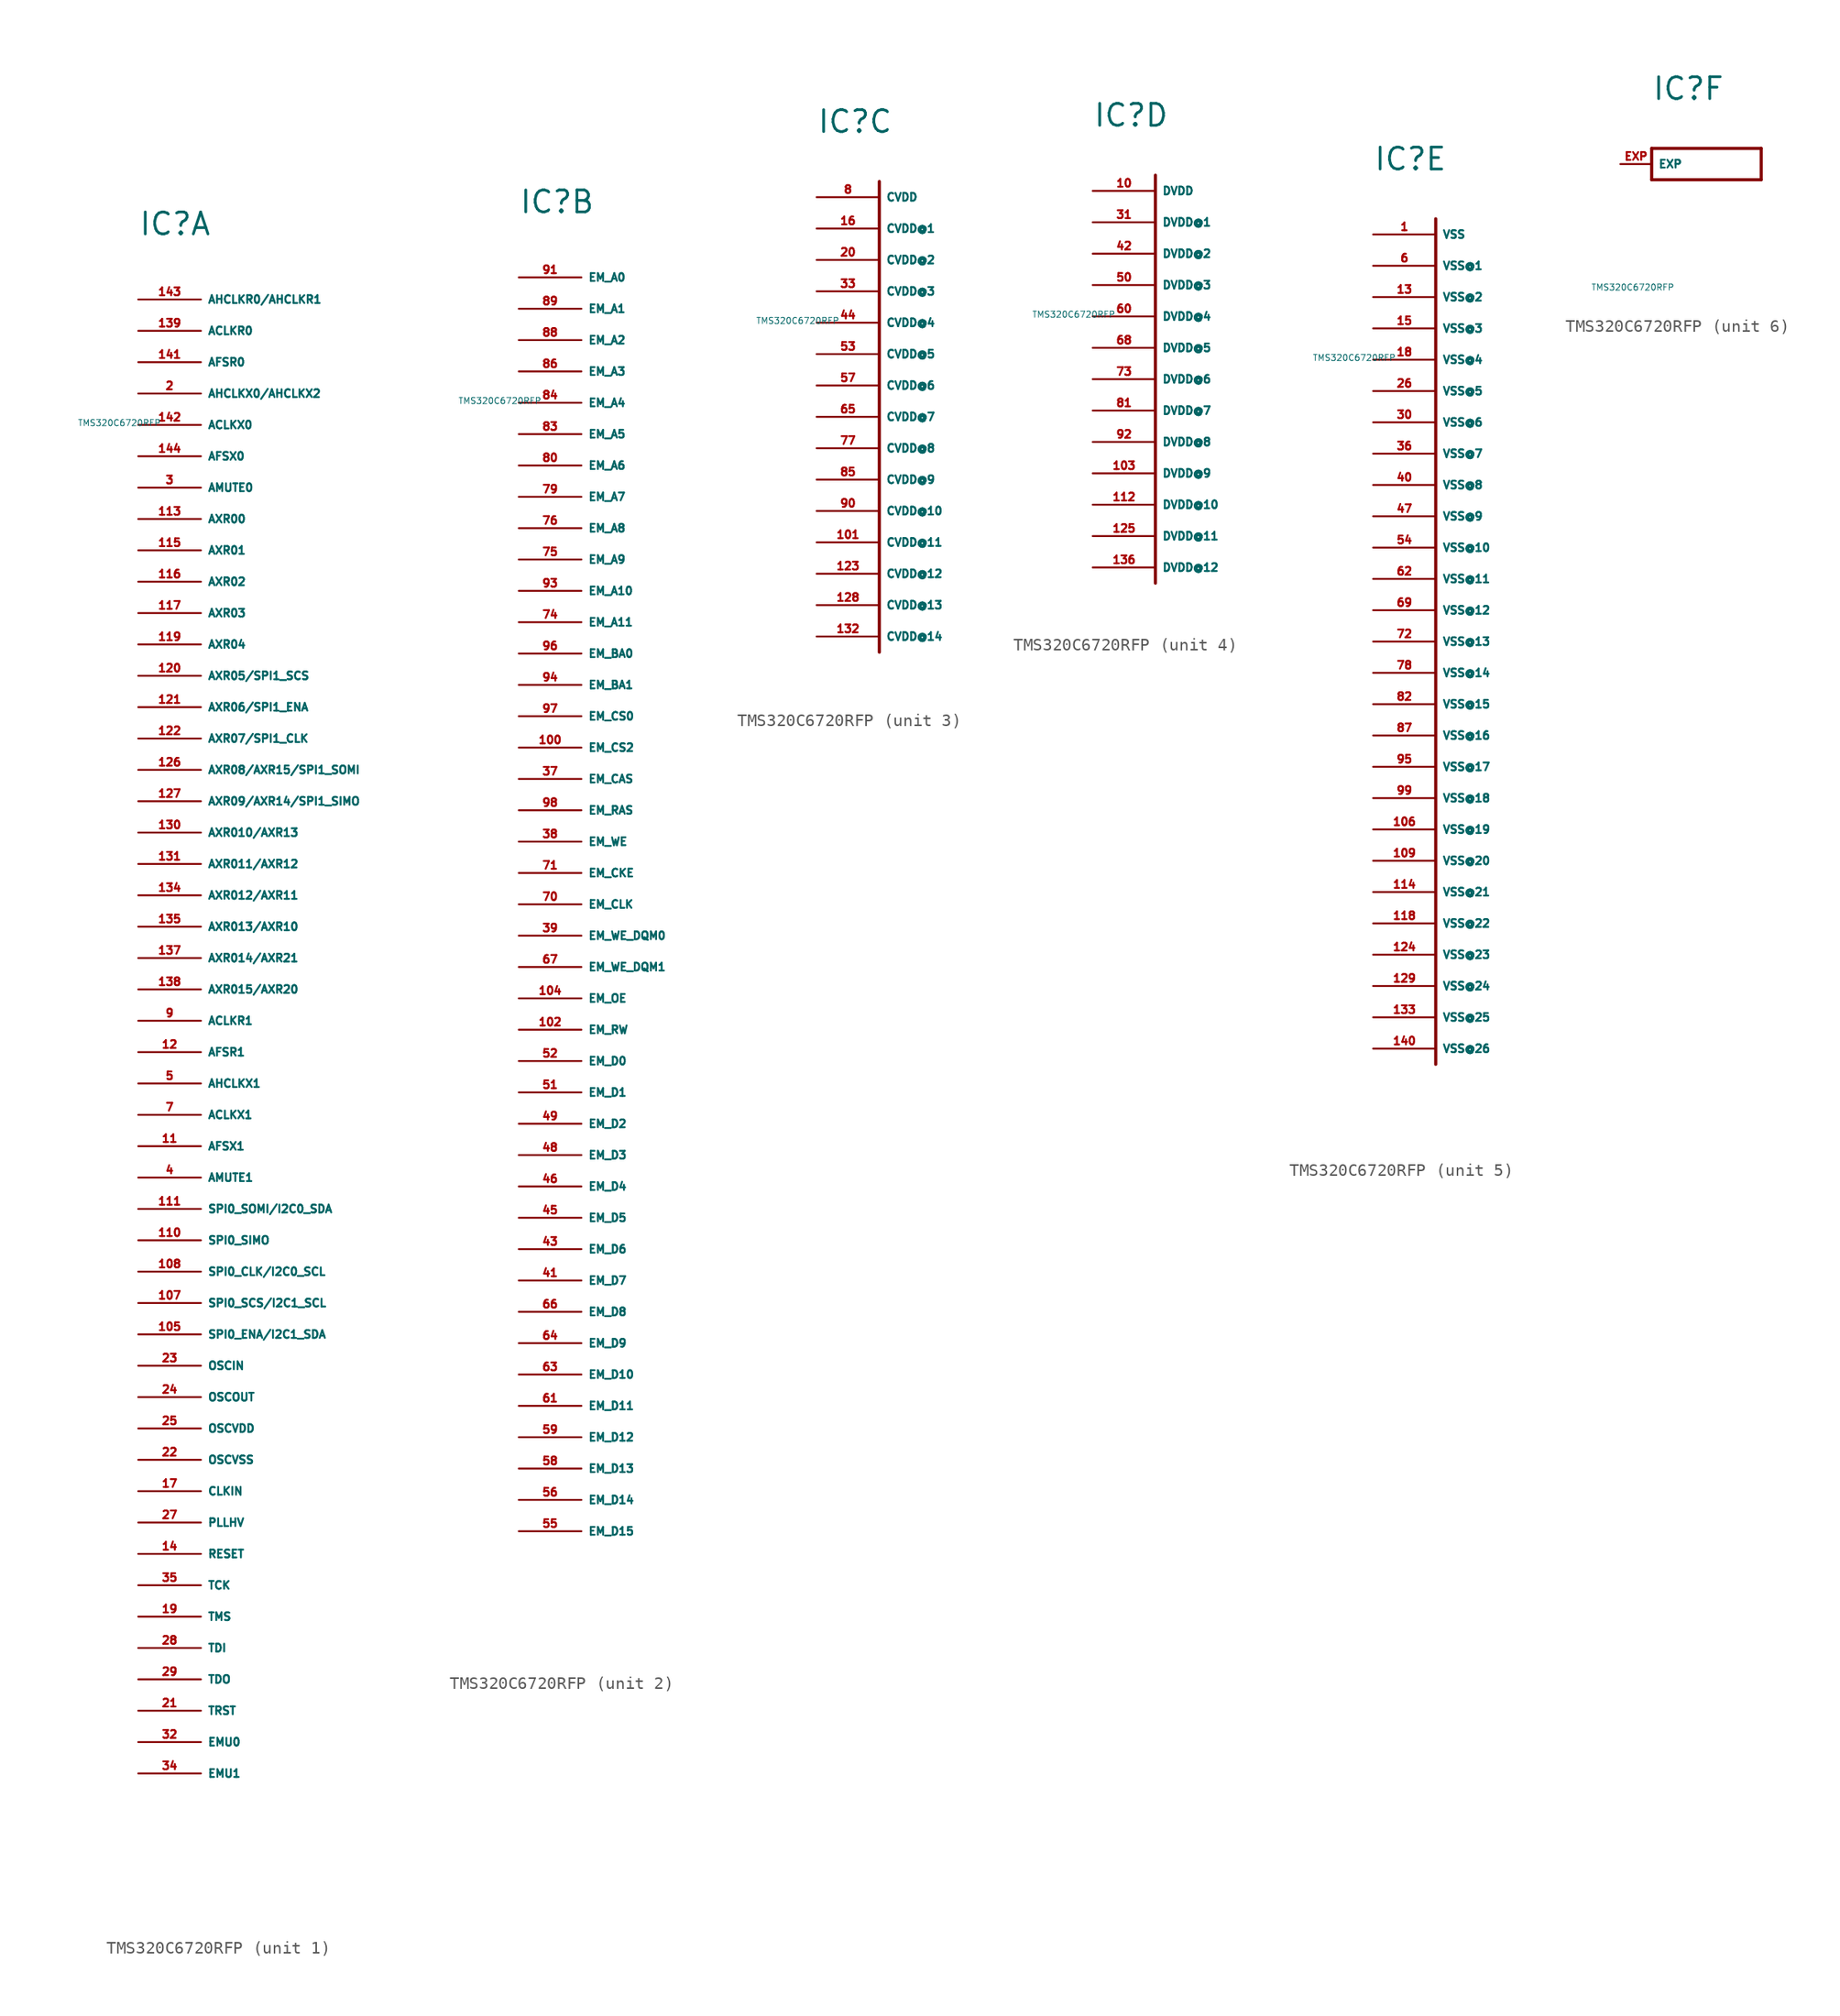
<source format=kicad_sym>
(kicad_symbol_lib
  (version 20220914)
  (generator Eagle2Kicad)
  (symbol "TMS320C6720RFP"
    (property "Reference" "IC"
      (at -5.08 5.08 0)
      (effects (font (size 1.778 1.778) (thickness 0.22)) (justify left bottom)))
    (property "Value" "TMS320C6720RFP"
      (at -10 -10 0)
      (effects (font (size 0.5 0.5) (thickness 0.06)) (justify left)))
    (symbol "TMS320C6720RFP_1_0"
      (pin bidirectional line (at -5.08 0 0) (length 5.08) (name "AHCLKR0/AHCLKR1" (effects (font (size 0.635 0.635) (thickness 0.08)) (justify left bottom))) (number "143" (effects (font (size 0.635 0.635) (thickness 0.08)) (justify left bottom))))
      (pin bidirectional line (at -5.08 -2.54 0) (length 5.08) (name "ACLKR0" (effects (font (size 0.635 0.635) (thickness 0.08)) (justify left bottom))) (number "139" (effects (font (size 0.635 0.635) (thickness 0.08)) (justify left bottom))))
      (pin bidirectional line (at -5.08 -5.08 0) (length 5.08) (name "AFSR0" (effects (font (size 0.635 0.635) (thickness 0.08)) (justify left bottom))) (number "141" (effects (font (size 0.635 0.635) (thickness 0.08)) (justify left bottom))))
      (pin bidirectional line (at -5.08 -7.62 0) (length 5.08) (name "AHCLKX0/AHCLKX2" (effects (font (size 0.635 0.635) (thickness 0.08)) (justify left bottom))) (number "2" (effects (font (size 0.635 0.635) (thickness 0.08)) (justify left bottom))))
      (pin bidirectional line (at -5.08 -10.16 0) (length 5.08) (name "ACLKX0" (effects (font (size 0.635 0.635) (thickness 0.08)) (justify left bottom))) (number "142" (effects (font (size 0.635 0.635) (thickness 0.08)) (justify left bottom))))
      (pin bidirectional line (at -5.08 -12.7 0) (length 5.08) (name "AFSX0" (effects (font (size 0.635 0.635) (thickness 0.08)) (justify left bottom))) (number "144" (effects (font (size 0.635 0.635) (thickness 0.08)) (justify left bottom))))
      (pin output line (at -5.08 -15.24 0) (length 5.08) (name "AMUTE0" (effects (font (size 0.635 0.635) (thickness 0.08)) (justify left bottom))) (number "3" (effects (font (size 0.635 0.635) (thickness 0.08)) (justify left bottom))))
      (pin bidirectional line (at -5.08 -17.78 0) (length 5.08) (name "AXR00" (effects (font (size 0.635 0.635) (thickness 0.08)) (justify left bottom))) (number "113" (effects (font (size 0.635 0.635) (thickness 0.08)) (justify left bottom))))
      (pin bidirectional line (at -5.08 -20.32 0) (length 5.08) (name "AXR01" (effects (font (size 0.635 0.635) (thickness 0.08)) (justify left bottom))) (number "115" (effects (font (size 0.635 0.635) (thickness 0.08)) (justify left bottom))))
      (pin bidirectional line (at -5.08 -22.86 0) (length 5.08) (name "AXR02" (effects (font (size 0.635 0.635) (thickness 0.08)) (justify left bottom))) (number "116" (effects (font (size 0.635 0.635) (thickness 0.08)) (justify left bottom))))
      (pin bidirectional line (at -5.08 -25.4 0) (length 5.08) (name "AXR03" (effects (font (size 0.635 0.635) (thickness 0.08)) (justify left bottom))) (number "117" (effects (font (size 0.635 0.635) (thickness 0.08)) (justify left bottom))))
      (pin bidirectional line (at -5.08 -27.94 0) (length 5.08) (name "AXR04" (effects (font (size 0.635 0.635) (thickness 0.08)) (justify left bottom))) (number "119" (effects (font (size 0.635 0.635) (thickness 0.08)) (justify left bottom))))
      (pin bidirectional line (at -5.08 -30.48 0) (length 5.08) (name "AXR05/SPI1_SCS" (effects (font (size 0.635 0.635) (thickness 0.08)) (justify left bottom))) (number "120" (effects (font (size 0.635 0.635) (thickness 0.08)) (justify left bottom))))
      (pin bidirectional line (at -5.08 -33.02 0) (length 5.08) (name "AXR06/SPI1_ENA" (effects (font (size 0.635 0.635) (thickness 0.08)) (justify left bottom))) (number "121" (effects (font (size 0.635 0.635) (thickness 0.08)) (justify left bottom))))
      (pin bidirectional line (at -5.08 -35.56 0) (length 5.08) (name "AXR07/SPI1_CLK" (effects (font (size 0.635 0.635) (thickness 0.08)) (justify left bottom))) (number "122" (effects (font (size 0.635 0.635) (thickness 0.08)) (justify left bottom))))
      (pin bidirectional line (at -5.08 -38.1 0) (length 5.08) (name "AXR08/AXR15/SPI1_SOMI" (effects (font (size 0.635 0.635) (thickness 0.08)) (justify left bottom))) (number "126" (effects (font (size 0.635 0.635) (thickness 0.08)) (justify left bottom))))
      (pin bidirectional line (at -5.08 -40.64 0) (length 5.08) (name "AXR09/AXR14/SPI1_SIMO" (effects (font (size 0.635 0.635) (thickness 0.08)) (justify left bottom))) (number "127" (effects (font (size 0.635 0.635) (thickness 0.08)) (justify left bottom))))
      (pin bidirectional line (at -5.08 -43.18 0) (length 5.08) (name "AXR010/AXR13" (effects (font (size 0.635 0.635) (thickness 0.08)) (justify left bottom))) (number "130" (effects (font (size 0.635 0.635) (thickness 0.08)) (justify left bottom))))
      (pin bidirectional line (at -5.08 -45.72 0) (length 5.08) (name "AXR011/AXR12" (effects (font (size 0.635 0.635) (thickness 0.08)) (justify left bottom))) (number "131" (effects (font (size 0.635 0.635) (thickness 0.08)) (justify left bottom))))
      (pin bidirectional line (at -5.08 -48.26 0) (length 5.08) (name "AXR012/AXR11" (effects (font (size 0.635 0.635) (thickness 0.08)) (justify left bottom))) (number "134" (effects (font (size 0.635 0.635) (thickness 0.08)) (justify left bottom))))
      (pin bidirectional line (at -5.08 -50.8 0) (length 5.08) (name "AXR013/AXR10" (effects (font (size 0.635 0.635) (thickness 0.08)) (justify left bottom))) (number "135" (effects (font (size 0.635 0.635) (thickness 0.08)) (justify left bottom))))
      (pin bidirectional line (at -5.08 -53.34 0) (length 5.08) (name "AXR014/AXR21" (effects (font (size 0.635 0.635) (thickness 0.08)) (justify left bottom))) (number "137" (effects (font (size 0.635 0.635) (thickness 0.08)) (justify left bottom))))
      (pin bidirectional line (at -5.08 -55.88 0) (length 5.08) (name "AXR015/AXR20" (effects (font (size 0.635 0.635) (thickness 0.08)) (justify left bottom))) (number "138" (effects (font (size 0.635 0.635) (thickness 0.08)) (justify left bottom))))
      (pin bidirectional line (at -5.08 -58.42 0) (length 5.08) (name "ACLKR1" (effects (font (size 0.635 0.635) (thickness 0.08)) (justify left bottom))) (number "9" (effects (font (size 0.635 0.635) (thickness 0.08)) (justify left bottom))))
      (pin bidirectional line (at -5.08 -60.96 0) (length 5.08) (name "AFSR1" (effects (font (size 0.635 0.635) (thickness 0.08)) (justify left bottom))) (number "12" (effects (font (size 0.635 0.635) (thickness 0.08)) (justify left bottom))))
      (pin bidirectional line (at -5.08 -63.5 0) (length 5.08) (name "AHCLKX1" (effects (font (size 0.635 0.635) (thickness 0.08)) (justify left bottom))) (number "5" (effects (font (size 0.635 0.635) (thickness 0.08)) (justify left bottom))))
      (pin bidirectional line (at -5.08 -66.04 0) (length 5.08) (name "ACLKX1" (effects (font (size 0.635 0.635) (thickness 0.08)) (justify left bottom))) (number "7" (effects (font (size 0.635 0.635) (thickness 0.08)) (justify left bottom))))
      (pin bidirectional line (at -5.08 -68.58 0) (length 5.08) (name "AFSX1" (effects (font (size 0.635 0.635) (thickness 0.08)) (justify left bottom))) (number "11" (effects (font (size 0.635 0.635) (thickness 0.08)) (justify left bottom))))
      (pin output line (at -5.08 -71.12 0) (length 5.08) (name "AMUTE1" (effects (font (size 0.635 0.635) (thickness 0.08)) (justify left bottom))) (number "4" (effects (font (size 0.635 0.635) (thickness 0.08)) (justify left bottom))))
      (pin bidirectional line (at -5.08 -73.66 0) (length 5.08) (name "SPI0_SOMI/I2C0_SDA" (effects (font (size 0.635 0.635) (thickness 0.08)) (justify left bottom))) (number "111" (effects (font (size 0.635 0.635) (thickness 0.08)) (justify left bottom))))
      (pin bidirectional line (at -5.08 -76.2 0) (length 5.08) (name "SPI0_SIMO" (effects (font (size 0.635 0.635) (thickness 0.08)) (justify left bottom))) (number "110" (effects (font (size 0.635 0.635) (thickness 0.08)) (justify left bottom))))
      (pin bidirectional line (at -5.08 -78.74 0) (length 5.08) (name "SPI0_CLK/I2C0_SCL" (effects (font (size 0.635 0.635) (thickness 0.08)) (justify left bottom))) (number "108" (effects (font (size 0.635 0.635) (thickness 0.08)) (justify left bottom))))
      (pin bidirectional line (at -5.08 -81.28 0) (length 5.08) (name "SPI0_SCS/I2C1_SCL" (effects (font (size 0.635 0.635) (thickness 0.08)) (justify left bottom))) (number "107" (effects (font (size 0.635 0.635) (thickness 0.08)) (justify left bottom))))
      (pin bidirectional line (at -5.08 -83.82 0) (length 5.08) (name "SPI0_ENA/I2C1_SDA" (effects (font (size 0.635 0.635) (thickness 0.08)) (justify left bottom))) (number "105" (effects (font (size 0.635 0.635) (thickness 0.08)) (justify left bottom))))
      (pin input line (at -5.08 -86.36 0) (length 5.08) (name "OSCIN" (effects (font (size 0.635 0.635) (thickness 0.08)) (justify left bottom))) (number "23" (effects (font (size 0.635 0.635) (thickness 0.08)) (justify left bottom))))
      (pin output line (at -5.08 -88.9 0) (length 5.08) (name "OSCOUT" (effects (font (size 0.635 0.635) (thickness 0.08)) (justify left bottom))) (number "24" (effects (font (size 0.635 0.635) (thickness 0.08)) (justify left bottom))))
      (pin unspecified line (at -5.08 -91.44 0) (length 5.08) (name "OSCVDD" (effects (font (size 0.635 0.635) (thickness 0.08)) (justify left bottom))) (number "25" (effects (font (size 0.635 0.635) (thickness 0.08)) (justify left bottom))))
      (pin unspecified line (at -5.08 -93.98 0) (length 5.08) (name "OSCVSS" (effects (font (size 0.635 0.635) (thickness 0.08)) (justify left bottom))) (number "22" (effects (font (size 0.635 0.635) (thickness 0.08)) (justify left bottom))))
      (pin input line (at -5.08 -96.52 0) (length 5.08) (name "CLKIN" (effects (font (size 0.635 0.635) (thickness 0.08)) (justify left bottom))) (number "17" (effects (font (size 0.635 0.635) (thickness 0.08)) (justify left bottom))))
      (pin unspecified line (at -5.08 -99.06 0) (length 5.08) (name "PLLHV" (effects (font (size 0.635 0.635) (thickness 0.08)) (justify left bottom))) (number "27" (effects (font (size 0.635 0.635) (thickness 0.08)) (justify left bottom))))
      (pin input line (at -5.08 -101.6 0) (length 5.08) (name "RESET" (effects (font (size 0.635 0.635) (thickness 0.08)) (justify left bottom))) (number "14" (effects (font (size 0.635 0.635) (thickness 0.08)) (justify left bottom))))
      (pin input line (at -5.08 -104.14 0) (length 5.08) (name "TCK" (effects (font (size 0.635 0.635) (thickness 0.08)) (justify left bottom))) (number "35" (effects (font (size 0.635 0.635) (thickness 0.08)) (justify left bottom))))
      (pin input line (at -5.08 -106.68 0) (length 5.08) (name "TMS" (effects (font (size 0.635 0.635) (thickness 0.08)) (justify left bottom))) (number "19" (effects (font (size 0.635 0.635) (thickness 0.08)) (justify left bottom))))
      (pin input line (at -5.08 -109.22 0) (length 5.08) (name "TDI" (effects (font (size 0.635 0.635) (thickness 0.08)) (justify left bottom))) (number "28" (effects (font (size 0.635 0.635) (thickness 0.08)) (justify left bottom))))
      (pin tri_state line (at -5.08 -111.76 0) (length 5.08) (name "TDO" (effects (font (size 0.635 0.635) (thickness 0.08)) (justify left bottom))) (number "29" (effects (font (size 0.635 0.635) (thickness 0.08)) (justify left bottom))))
      (pin input line (at -5.08 -114.3 0) (length 5.08) (name "TRST" (effects (font (size 0.635 0.635) (thickness 0.08)) (justify left bottom))) (number "21" (effects (font (size 0.635 0.635) (thickness 0.08)) (justify left bottom))))
      (pin bidirectional line (at -5.08 -116.84 0) (length 5.08) (name "EMU0" (effects (font (size 0.635 0.635) (thickness 0.08)) (justify left bottom))) (number "32" (effects (font (size 0.635 0.635) (thickness 0.08)) (justify left bottom))))
      (pin bidirectional line (at -5.08 -119.38 0) (length 5.08) (name "EMU1" (effects (font (size 0.635 0.635) (thickness 0.08)) (justify left bottom))) (number "34" (effects (font (size 0.635 0.635) (thickness 0.08)) (justify left bottom)))))
    (symbol "TMS320C6720RFP_2_0"
      (pin output line (at -5.08 0 0) (length 5.08) (name "EM_A0" (effects (font (size 0.635 0.635) (thickness 0.08)) (justify left bottom))) (number "91" (effects (font (size 0.635 0.635) (thickness 0.08)) (justify left bottom))))
      (pin output line (at -5.08 -2.54 0) (length 5.08) (name "EM_A1" (effects (font (size 0.635 0.635) (thickness 0.08)) (justify left bottom))) (number "89" (effects (font (size 0.635 0.635) (thickness 0.08)) (justify left bottom))))
      (pin output line (at -5.08 -5.08 0) (length 5.08) (name "EM_A2" (effects (font (size 0.635 0.635) (thickness 0.08)) (justify left bottom))) (number "88" (effects (font (size 0.635 0.635) (thickness 0.08)) (justify left bottom))))
      (pin output line (at -5.08 -7.62 0) (length 5.08) (name "EM_A3" (effects (font (size 0.635 0.635) (thickness 0.08)) (justify left bottom))) (number "86" (effects (font (size 0.635 0.635) (thickness 0.08)) (justify left bottom))))
      (pin output line (at -5.08 -10.16 0) (length 5.08) (name "EM_A4" (effects (font (size 0.635 0.635) (thickness 0.08)) (justify left bottom))) (number "84" (effects (font (size 0.635 0.635) (thickness 0.08)) (justify left bottom))))
      (pin output line (at -5.08 -12.7 0) (length 5.08) (name "EM_A5" (effects (font (size 0.635 0.635) (thickness 0.08)) (justify left bottom))) (number "83" (effects (font (size 0.635 0.635) (thickness 0.08)) (justify left bottom))))
      (pin output line (at -5.08 -15.24 0) (length 5.08) (name "EM_A6" (effects (font (size 0.635 0.635) (thickness 0.08)) (justify left bottom))) (number "80" (effects (font (size 0.635 0.635) (thickness 0.08)) (justify left bottom))))
      (pin output line (at -5.08 -17.78 0) (length 5.08) (name "EM_A7" (effects (font (size 0.635 0.635) (thickness 0.08)) (justify left bottom))) (number "79" (effects (font (size 0.635 0.635) (thickness 0.08)) (justify left bottom))))
      (pin output line (at -5.08 -20.32 0) (length 5.08) (name "EM_A8" (effects (font (size 0.635 0.635) (thickness 0.08)) (justify left bottom))) (number "76" (effects (font (size 0.635 0.635) (thickness 0.08)) (justify left bottom))))
      (pin output line (at -5.08 -22.86 0) (length 5.08) (name "EM_A9" (effects (font (size 0.635 0.635) (thickness 0.08)) (justify left bottom))) (number "75" (effects (font (size 0.635 0.635) (thickness 0.08)) (justify left bottom))))
      (pin output line (at -5.08 -25.4 0) (length 5.08) (name "EM_A10" (effects (font (size 0.635 0.635) (thickness 0.08)) (justify left bottom))) (number "93" (effects (font (size 0.635 0.635) (thickness 0.08)) (justify left bottom))))
      (pin output line (at -5.08 -27.94 0) (length 5.08) (name "EM_A11" (effects (font (size 0.635 0.635) (thickness 0.08)) (justify left bottom))) (number "74" (effects (font (size 0.635 0.635) (thickness 0.08)) (justify left bottom))))
      (pin output line (at -5.08 -30.48 0) (length 5.08) (name "EM_BA0" (effects (font (size 0.635 0.635) (thickness 0.08)) (justify left bottom))) (number "96" (effects (font (size 0.635 0.635) (thickness 0.08)) (justify left bottom))))
      (pin output line (at -5.08 -33.02 0) (length 5.08) (name "EM_BA1" (effects (font (size 0.635 0.635) (thickness 0.08)) (justify left bottom))) (number "94" (effects (font (size 0.635 0.635) (thickness 0.08)) (justify left bottom))))
      (pin output line (at -5.08 -35.56 0) (length 5.08) (name "EM_CS0" (effects (font (size 0.635 0.635) (thickness 0.08)) (justify left bottom))) (number "97" (effects (font (size 0.635 0.635) (thickness 0.08)) (justify left bottom))))
      (pin output line (at -5.08 -38.1 0) (length 5.08) (name "EM_CS2" (effects (font (size 0.635 0.635) (thickness 0.08)) (justify left bottom))) (number "100" (effects (font (size 0.635 0.635) (thickness 0.08)) (justify left bottom))))
      (pin output line (at -5.08 -40.64 0) (length 5.08) (name "EM_CAS" (effects (font (size 0.635 0.635) (thickness 0.08)) (justify left bottom))) (number "37" (effects (font (size 0.635 0.635) (thickness 0.08)) (justify left bottom))))
      (pin output line (at -5.08 -43.18 0) (length 5.08) (name "EM_RAS" (effects (font (size 0.635 0.635) (thickness 0.08)) (justify left bottom))) (number "98" (effects (font (size 0.635 0.635) (thickness 0.08)) (justify left bottom))))
      (pin output line (at -5.08 -45.72 0) (length 5.08) (name "EM_WE" (effects (font (size 0.635 0.635) (thickness 0.08)) (justify left bottom))) (number "38" (effects (font (size 0.635 0.635) (thickness 0.08)) (justify left bottom))))
      (pin output line (at -5.08 -48.26 0) (length 5.08) (name "EM_CKE" (effects (font (size 0.635 0.635) (thickness 0.08)) (justify left bottom))) (number "71" (effects (font (size 0.635 0.635) (thickness 0.08)) (justify left bottom))))
      (pin output line (at -5.08 -50.8 0) (length 5.08) (name "EM_CLK" (effects (font (size 0.635 0.635) (thickness 0.08)) (justify left bottom))) (number "70" (effects (font (size 0.635 0.635) (thickness 0.08)) (justify left bottom))))
      (pin output line (at -5.08 -53.34 0) (length 5.08) (name "EM_WE_DQM0" (effects (font (size 0.635 0.635) (thickness 0.08)) (justify left bottom))) (number "39" (effects (font (size 0.635 0.635) (thickness 0.08)) (justify left bottom))))
      (pin output line (at -5.08 -55.88 0) (length 5.08) (name "EM_WE_DQM1" (effects (font (size 0.635 0.635) (thickness 0.08)) (justify left bottom))) (number "67" (effects (font (size 0.635 0.635) (thickness 0.08)) (justify left bottom))))
      (pin output line (at -5.08 -58.42 0) (length 5.08) (name "EM_OE" (effects (font (size 0.635 0.635) (thickness 0.08)) (justify left bottom))) (number "104" (effects (font (size 0.635 0.635) (thickness 0.08)) (justify left bottom))))
      (pin output line (at -5.08 -60.96 0) (length 5.08) (name "EM_RW" (effects (font (size 0.635 0.635) (thickness 0.08)) (justify left bottom))) (number "102" (effects (font (size 0.635 0.635) (thickness 0.08)) (justify left bottom))))
      (pin bidirectional line (at -5.08 -63.5 0) (length 5.08) (name "EM_D0" (effects (font (size 0.635 0.635) (thickness 0.08)) (justify left bottom))) (number "52" (effects (font (size 0.635 0.635) (thickness 0.08)) (justify left bottom))))
      (pin bidirectional line (at -5.08 -66.04 0) (length 5.08) (name "EM_D1" (effects (font (size 0.635 0.635) (thickness 0.08)) (justify left bottom))) (number "51" (effects (font (size 0.635 0.635) (thickness 0.08)) (justify left bottom))))
      (pin bidirectional line (at -5.08 -68.58 0) (length 5.08) (name "EM_D2" (effects (font (size 0.635 0.635) (thickness 0.08)) (justify left bottom))) (number "49" (effects (font (size 0.635 0.635) (thickness 0.08)) (justify left bottom))))
      (pin bidirectional line (at -5.08 -71.12 0) (length 5.08) (name "EM_D3" (effects (font (size 0.635 0.635) (thickness 0.08)) (justify left bottom))) (number "48" (effects (font (size 0.635 0.635) (thickness 0.08)) (justify left bottom))))
      (pin bidirectional line (at -5.08 -73.66 0) (length 5.08) (name "EM_D4" (effects (font (size 0.635 0.635) (thickness 0.08)) (justify left bottom))) (number "46" (effects (font (size 0.635 0.635) (thickness 0.08)) (justify left bottom))))
      (pin bidirectional line (at -5.08 -76.2 0) (length 5.08) (name "EM_D5" (effects (font (size 0.635 0.635) (thickness 0.08)) (justify left bottom))) (number "45" (effects (font (size 0.635 0.635) (thickness 0.08)) (justify left bottom))))
      (pin bidirectional line (at -5.08 -78.74 0) (length 5.08) (name "EM_D6" (effects (font (size 0.635 0.635) (thickness 0.08)) (justify left bottom))) (number "43" (effects (font (size 0.635 0.635) (thickness 0.08)) (justify left bottom))))
      (pin bidirectional line (at -5.08 -81.28 0) (length 5.08) (name "EM_D7" (effects (font (size 0.635 0.635) (thickness 0.08)) (justify left bottom))) (number "41" (effects (font (size 0.635 0.635) (thickness 0.08)) (justify left bottom))))
      (pin bidirectional line (at -5.08 -83.82 0) (length 5.08) (name "EM_D8" (effects (font (size 0.635 0.635) (thickness 0.08)) (justify left bottom))) (number "66" (effects (font (size 0.635 0.635) (thickness 0.08)) (justify left bottom))))
      (pin bidirectional line (at -5.08 -86.36 0) (length 5.08) (name "EM_D9" (effects (font (size 0.635 0.635) (thickness 0.08)) (justify left bottom))) (number "64" (effects (font (size 0.635 0.635) (thickness 0.08)) (justify left bottom))))
      (pin bidirectional line (at -5.08 -88.9 0) (length 5.08) (name "EM_D10" (effects (font (size 0.635 0.635) (thickness 0.08)) (justify left bottom))) (number "63" (effects (font (size 0.635 0.635) (thickness 0.08)) (justify left bottom))))
      (pin bidirectional line (at -5.08 -91.44 0) (length 5.08) (name "EM_D11" (effects (font (size 0.635 0.635) (thickness 0.08)) (justify left bottom))) (number "61" (effects (font (size 0.635 0.635) (thickness 0.08)) (justify left bottom))))
      (pin bidirectional line (at -5.08 -93.98 0) (length 5.08) (name "EM_D12" (effects (font (size 0.635 0.635) (thickness 0.08)) (justify left bottom))) (number "59" (effects (font (size 0.635 0.635) (thickness 0.08)) (justify left bottom))))
      (pin bidirectional line (at -5.08 -96.52 0) (length 5.08) (name "EM_D13" (effects (font (size 0.635 0.635) (thickness 0.08)) (justify left bottom))) (number "58" (effects (font (size 0.635 0.635) (thickness 0.08)) (justify left bottom))))
      (pin bidirectional line (at -5.08 -99.06 0) (length 5.08) (name "EM_D14" (effects (font (size 0.635 0.635) (thickness 0.08)) (justify left bottom))) (number "56" (effects (font (size 0.635 0.635) (thickness 0.08)) (justify left bottom))))
      (pin bidirectional line (at -5.08 -101.6 0) (length 5.08) (name "EM_D15" (effects (font (size 0.635 0.635) (thickness 0.08)) (justify left bottom))) (number "55" (effects (font (size 0.635 0.635) (thickness 0.08)) (justify left bottom)))))
    (symbol "TMS320C6720RFP_3_0"
      (polyline (pts (xy 0 1.27) (xy 0 -36.83)) (stroke (width 0.254) (type default)) (fill (type none)))
      (pin unspecified line (at -5.08 0 0) (length 5.08) (name "CVDD" (effects (font (size 0.635 0.635) (thickness 0.08)) (justify left bottom))) (number "8" (effects (font (size 0.635 0.635) (thickness 0.08)) (justify left bottom))))
      (pin unspecified line (at -5.08 -2.54 0) (length 5.08) (name "CVDD@1" (effects (font (size 0.635 0.635) (thickness 0.08)) (justify left bottom))) (number "16" (effects (font (size 0.635 0.635) (thickness 0.08)) (justify left bottom))))
      (pin unspecified line (at -5.08 -5.08 0) (length 5.08) (name "CVDD@2" (effects (font (size 0.635 0.635) (thickness 0.08)) (justify left bottom))) (number "20" (effects (font (size 0.635 0.635) (thickness 0.08)) (justify left bottom))))
      (pin unspecified line (at -5.08 -7.62 0) (length 5.08) (name "CVDD@3" (effects (font (size 0.635 0.635) (thickness 0.08)) (justify left bottom))) (number "33" (effects (font (size 0.635 0.635) (thickness 0.08)) (justify left bottom))))
      (pin unspecified line (at -5.08 -10.16 0) (length 5.08) (name "CVDD@4" (effects (font (size 0.635 0.635) (thickness 0.08)) (justify left bottom))) (number "44" (effects (font (size 0.635 0.635) (thickness 0.08)) (justify left bottom))))
      (pin unspecified line (at -5.08 -12.7 0) (length 5.08) (name "CVDD@5" (effects (font (size 0.635 0.635) (thickness 0.08)) (justify left bottom))) (number "53" (effects (font (size 0.635 0.635) (thickness 0.08)) (justify left bottom))))
      (pin unspecified line (at -5.08 -15.24 0) (length 5.08) (name "CVDD@6" (effects (font (size 0.635 0.635) (thickness 0.08)) (justify left bottom))) (number "57" (effects (font (size 0.635 0.635) (thickness 0.08)) (justify left bottom))))
      (pin unspecified line (at -5.08 -17.78 0) (length 5.08) (name "CVDD@7" (effects (font (size 0.635 0.635) (thickness 0.08)) (justify left bottom))) (number "65" (effects (font (size 0.635 0.635) (thickness 0.08)) (justify left bottom))))
      (pin unspecified line (at -5.08 -20.32 0) (length 5.08) (name "CVDD@8" (effects (font (size 0.635 0.635) (thickness 0.08)) (justify left bottom))) (number "77" (effects (font (size 0.635 0.635) (thickness 0.08)) (justify left bottom))))
      (pin unspecified line (at -5.08 -22.86 0) (length 5.08) (name "CVDD@9" (effects (font (size 0.635 0.635) (thickness 0.08)) (justify left bottom))) (number "85" (effects (font (size 0.635 0.635) (thickness 0.08)) (justify left bottom))))
      (pin unspecified line (at -5.08 -25.4 0) (length 5.08) (name "CVDD@10" (effects (font (size 0.635 0.635) (thickness 0.08)) (justify left bottom))) (number "90" (effects (font (size 0.635 0.635) (thickness 0.08)) (justify left bottom))))
      (pin unspecified line (at -5.08 -27.94 0) (length 5.08) (name "CVDD@11" (effects (font (size 0.635 0.635) (thickness 0.08)) (justify left bottom))) (number "101" (effects (font (size 0.635 0.635) (thickness 0.08)) (justify left bottom))))
      (pin unspecified line (at -5.08 -30.48 0) (length 5.08) (name "CVDD@12" (effects (font (size 0.635 0.635) (thickness 0.08)) (justify left bottom))) (number "123" (effects (font (size 0.635 0.635) (thickness 0.08)) (justify left bottom))))
      (pin unspecified line (at -5.08 -33.02 0) (length 5.08) (name "CVDD@13" (effects (font (size 0.635 0.635) (thickness 0.08)) (justify left bottom))) (number "128" (effects (font (size 0.635 0.635) (thickness 0.08)) (justify left bottom))))
      (pin unspecified line (at -5.08 -35.56 0) (length 5.08) (name "CVDD@14" (effects (font (size 0.635 0.635) (thickness 0.08)) (justify left bottom))) (number "132" (effects (font (size 0.635 0.635) (thickness 0.08)) (justify left bottom)))))
    (symbol "TMS320C6720RFP_4_0"
      (polyline (pts (xy 0 1.27) (xy 0 -31.75)) (stroke (width 0.254) (type default)) (fill (type none)))
      (pin unspecified line (at -5.08 0 0) (length 5.08) (name "DVDD" (effects (font (size 0.635 0.635) (thickness 0.08)) (justify left bottom))) (number "10" (effects (font (size 0.635 0.635) (thickness 0.08)) (justify left bottom))))
      (pin unspecified line (at -5.08 -2.54 0) (length 5.08) (name "DVDD@1" (effects (font (size 0.635 0.635) (thickness 0.08)) (justify left bottom))) (number "31" (effects (font (size 0.635 0.635) (thickness 0.08)) (justify left bottom))))
      (pin unspecified line (at -5.08 -5.08 0) (length 5.08) (name "DVDD@2" (effects (font (size 0.635 0.635) (thickness 0.08)) (justify left bottom))) (number "42" (effects (font (size 0.635 0.635) (thickness 0.08)) (justify left bottom))))
      (pin unspecified line (at -5.08 -7.62 0) (length 5.08) (name "DVDD@3" (effects (font (size 0.635 0.635) (thickness 0.08)) (justify left bottom))) (number "50" (effects (font (size 0.635 0.635) (thickness 0.08)) (justify left bottom))))
      (pin unspecified line (at -5.08 -10.16 0) (length 5.08) (name "DVDD@4" (effects (font (size 0.635 0.635) (thickness 0.08)) (justify left bottom))) (number "60" (effects (font (size 0.635 0.635) (thickness 0.08)) (justify left bottom))))
      (pin unspecified line (at -5.08 -12.7 0) (length 5.08) (name "DVDD@5" (effects (font (size 0.635 0.635) (thickness 0.08)) (justify left bottom))) (number "68" (effects (font (size 0.635 0.635) (thickness 0.08)) (justify left bottom))))
      (pin unspecified line (at -5.08 -15.24 0) (length 5.08) (name "DVDD@6" (effects (font (size 0.635 0.635) (thickness 0.08)) (justify left bottom))) (number "73" (effects (font (size 0.635 0.635) (thickness 0.08)) (justify left bottom))))
      (pin unspecified line (at -5.08 -17.78 0) (length 5.08) (name "DVDD@7" (effects (font (size 0.635 0.635) (thickness 0.08)) (justify left bottom))) (number "81" (effects (font (size 0.635 0.635) (thickness 0.08)) (justify left bottom))))
      (pin unspecified line (at -5.08 -20.32 0) (length 5.08) (name "DVDD@8" (effects (font (size 0.635 0.635) (thickness 0.08)) (justify left bottom))) (number "92" (effects (font (size 0.635 0.635) (thickness 0.08)) (justify left bottom))))
      (pin unspecified line (at -5.08 -22.86 0) (length 5.08) (name "DVDD@9" (effects (font (size 0.635 0.635) (thickness 0.08)) (justify left bottom))) (number "103" (effects (font (size 0.635 0.635) (thickness 0.08)) (justify left bottom))))
      (pin unspecified line (at -5.08 -25.4 0) (length 5.08) (name "DVDD@10" (effects (font (size 0.635 0.635) (thickness 0.08)) (justify left bottom))) (number "112" (effects (font (size 0.635 0.635) (thickness 0.08)) (justify left bottom))))
      (pin unspecified line (at -5.08 -27.94 0) (length 5.08) (name "DVDD@11" (effects (font (size 0.635 0.635) (thickness 0.08)) (justify left bottom))) (number "125" (effects (font (size 0.635 0.635) (thickness 0.08)) (justify left bottom))))
      (pin unspecified line (at -5.08 -30.48 0) (length 5.08) (name "DVDD@12" (effects (font (size 0.635 0.635) (thickness 0.08)) (justify left bottom))) (number "136" (effects (font (size 0.635 0.635) (thickness 0.08)) (justify left bottom)))))
    (symbol "TMS320C6720RFP_5_0"
      (polyline (pts (xy 0 1.27) (xy 0 -67.31)) (stroke (width 0.254) (type default)) (fill (type none)))
      (pin unspecified line (at -5.08 0 0) (length 5.08) (name "VSS" (effects (font (size 0.635 0.635) (thickness 0.08)) (justify left bottom))) (number "1" (effects (font (size 0.635 0.635) (thickness 0.08)) (justify left bottom))))
      (pin unspecified line (at -5.08 -2.54 0) (length 5.08) (name "VSS@1" (effects (font (size 0.635 0.635) (thickness 0.08)) (justify left bottom))) (number "6" (effects (font (size 0.635 0.635) (thickness 0.08)) (justify left bottom))))
      (pin unspecified line (at -5.08 -5.08 0) (length 5.08) (name "VSS@2" (effects (font (size 0.635 0.635) (thickness 0.08)) (justify left bottom))) (number "13" (effects (font (size 0.635 0.635) (thickness 0.08)) (justify left bottom))))
      (pin unspecified line (at -5.08 -7.62 0) (length 5.08) (name "VSS@3" (effects (font (size 0.635 0.635) (thickness 0.08)) (justify left bottom))) (number "15" (effects (font (size 0.635 0.635) (thickness 0.08)) (justify left bottom))))
      (pin unspecified line (at -5.08 -10.16 0) (length 5.08) (name "VSS@4" (effects (font (size 0.635 0.635) (thickness 0.08)) (justify left bottom))) (number "18" (effects (font (size 0.635 0.635) (thickness 0.08)) (justify left bottom))))
      (pin unspecified line (at -5.08 -12.7 0) (length 5.08) (name "VSS@5" (effects (font (size 0.635 0.635) (thickness 0.08)) (justify left bottom))) (number "26" (effects (font (size 0.635 0.635) (thickness 0.08)) (justify left bottom))))
      (pin unspecified line (at -5.08 -15.24 0) (length 5.08) (name "VSS@6" (effects (font (size 0.635 0.635) (thickness 0.08)) (justify left bottom))) (number "30" (effects (font (size 0.635 0.635) (thickness 0.08)) (justify left bottom))))
      (pin unspecified line (at -5.08 -17.78 0) (length 5.08) (name "VSS@7" (effects (font (size 0.635 0.635) (thickness 0.08)) (justify left bottom))) (number "36" (effects (font (size 0.635 0.635) (thickness 0.08)) (justify left bottom))))
      (pin unspecified line (at -5.08 -20.32 0) (length 5.08) (name "VSS@8" (effects (font (size 0.635 0.635) (thickness 0.08)) (justify left bottom))) (number "40" (effects (font (size 0.635 0.635) (thickness 0.08)) (justify left bottom))))
      (pin unspecified line (at -5.08 -22.86 0) (length 5.08) (name "VSS@9" (effects (font (size 0.635 0.635) (thickness 0.08)) (justify left bottom))) (number "47" (effects (font (size 0.635 0.635) (thickness 0.08)) (justify left bottom))))
      (pin unspecified line (at -5.08 -25.4 0) (length 5.08) (name "VSS@10" (effects (font (size 0.635 0.635) (thickness 0.08)) (justify left bottom))) (number "54" (effects (font (size 0.635 0.635) (thickness 0.08)) (justify left bottom))))
      (pin unspecified line (at -5.08 -27.94 0) (length 5.08) (name "VSS@11" (effects (font (size 0.635 0.635) (thickness 0.08)) (justify left bottom))) (number "62" (effects (font (size 0.635 0.635) (thickness 0.08)) (justify left bottom))))
      (pin unspecified line (at -5.08 -30.48 0) (length 5.08) (name "VSS@12" (effects (font (size 0.635 0.635) (thickness 0.08)) (justify left bottom))) (number "69" (effects (font (size 0.635 0.635) (thickness 0.08)) (justify left bottom))))
      (pin unspecified line (at -5.08 -33.02 0) (length 5.08) (name "VSS@13" (effects (font (size 0.635 0.635) (thickness 0.08)) (justify left bottom))) (number "72" (effects (font (size 0.635 0.635) (thickness 0.08)) (justify left bottom))))
      (pin unspecified line (at -5.08 -35.56 0) (length 5.08) (name "VSS@14" (effects (font (size 0.635 0.635) (thickness 0.08)) (justify left bottom))) (number "78" (effects (font (size 0.635 0.635) (thickness 0.08)) (justify left bottom))))
      (pin unspecified line (at -5.08 -38.1 0) (length 5.08) (name "VSS@15" (effects (font (size 0.635 0.635) (thickness 0.08)) (justify left bottom))) (number "82" (effects (font (size 0.635 0.635) (thickness 0.08)) (justify left bottom))))
      (pin unspecified line (at -5.08 -40.64 0) (length 5.08) (name "VSS@16" (effects (font (size 0.635 0.635) (thickness 0.08)) (justify left bottom))) (number "87" (effects (font (size 0.635 0.635) (thickness 0.08)) (justify left bottom))))
      (pin unspecified line (at -5.08 -43.18 0) (length 5.08) (name "VSS@17" (effects (font (size 0.635 0.635) (thickness 0.08)) (justify left bottom))) (number "95" (effects (font (size 0.635 0.635) (thickness 0.08)) (justify left bottom))))
      (pin unspecified line (at -5.08 -45.72 0) (length 5.08) (name "VSS@18" (effects (font (size 0.635 0.635) (thickness 0.08)) (justify left bottom))) (number "99" (effects (font (size 0.635 0.635) (thickness 0.08)) (justify left bottom))))
      (pin unspecified line (at -5.08 -48.26 0) (length 5.08) (name "VSS@19" (effects (font (size 0.635 0.635) (thickness 0.08)) (justify left bottom))) (number "106" (effects (font (size 0.635 0.635) (thickness 0.08)) (justify left bottom))))
      (pin unspecified line (at -5.08 -50.8 0) (length 5.08) (name "VSS@20" (effects (font (size 0.635 0.635) (thickness 0.08)) (justify left bottom))) (number "109" (effects (font (size 0.635 0.635) (thickness 0.08)) (justify left bottom))))
      (pin unspecified line (at -5.08 -53.34 0) (length 5.08) (name "VSS@21" (effects (font (size 0.635 0.635) (thickness 0.08)) (justify left bottom))) (number "114" (effects (font (size 0.635 0.635) (thickness 0.08)) (justify left bottom))))
      (pin unspecified line (at -5.08 -55.88 0) (length 5.08) (name "VSS@22" (effects (font (size 0.635 0.635) (thickness 0.08)) (justify left bottom))) (number "118" (effects (font (size 0.635 0.635) (thickness 0.08)) (justify left bottom))))
      (pin unspecified line (at -5.08 -58.42 0) (length 5.08) (name "VSS@23" (effects (font (size 0.635 0.635) (thickness 0.08)) (justify left bottom))) (number "124" (effects (font (size 0.635 0.635) (thickness 0.08)) (justify left bottom))))
      (pin unspecified line (at -5.08 -60.96 0) (length 5.08) (name "VSS@24" (effects (font (size 0.635 0.635) (thickness 0.08)) (justify left bottom))) (number "129" (effects (font (size 0.635 0.635) (thickness 0.08)) (justify left bottom))))
      (pin unspecified line (at -5.08 -63.5 0) (length 5.08) (name "VSS@25" (effects (font (size 0.635 0.635) (thickness 0.08)) (justify left bottom))) (number "133" (effects (font (size 0.635 0.635) (thickness 0.08)) (justify left bottom))))
      (pin unspecified line (at -5.08 -66.04 0) (length 5.08) (name "VSS@26" (effects (font (size 0.635 0.635) (thickness 0.08)) (justify left bottom))) (number "140" (effects (font (size 0.635 0.635) (thickness 0.08)) (justify left bottom)))))
    (symbol "TMS320C6720RFP_6_0"
      (polyline (pts (xy -5.08 1.27) (xy 3.81 1.27)) (stroke (width 0.254) (type default)) (fill (type none)))
      (polyline (pts (xy 3.81 1.27) (xy 3.81 -1.27)) (stroke (width 0.254) (type default)) (fill (type none)))
      (polyline (pts (xy 3.81 -1.27) (xy -5.08 -1.27)) (stroke (width 0.254) (type default)) (fill (type none)))
      (polyline (pts (xy -5.08 -1.27) (xy -5.08 1.27)) (stroke (width 0.254) (type default)) (fill (type none)))
      (pin input line (at -7.62 0 0) (length 2.54) (name "EXP" (effects (font (size 0.635 0.635) (thickness 0.08)) (justify left bottom))) (number "EXP" (effects (font (size 0.635 0.635) (thickness 0.08)) (justify left bottom)))))))
</source>
